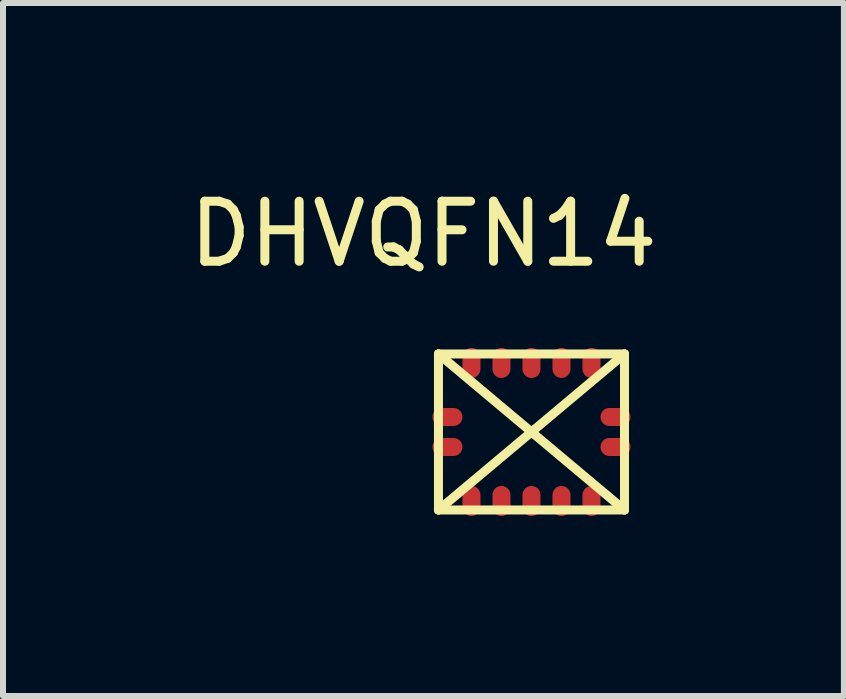
<source format=kicad_pcb>
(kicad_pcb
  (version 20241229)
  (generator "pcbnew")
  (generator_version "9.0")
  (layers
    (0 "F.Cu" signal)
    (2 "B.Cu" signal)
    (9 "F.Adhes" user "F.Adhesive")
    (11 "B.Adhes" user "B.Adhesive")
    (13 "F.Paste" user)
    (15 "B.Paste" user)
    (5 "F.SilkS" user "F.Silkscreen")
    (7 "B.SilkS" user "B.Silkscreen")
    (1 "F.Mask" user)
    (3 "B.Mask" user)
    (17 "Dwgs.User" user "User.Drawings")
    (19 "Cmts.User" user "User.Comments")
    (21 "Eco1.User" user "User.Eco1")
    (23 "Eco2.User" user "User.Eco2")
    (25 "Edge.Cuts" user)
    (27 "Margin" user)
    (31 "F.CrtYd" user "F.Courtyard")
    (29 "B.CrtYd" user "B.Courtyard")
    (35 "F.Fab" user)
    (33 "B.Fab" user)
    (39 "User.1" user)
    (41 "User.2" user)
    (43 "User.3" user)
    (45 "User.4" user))
  (footprint "DHVQFN14"
    (layer "F.Cu")
    (at 5.806 4.148)
    (property "Reference" "DHVQFN14" (at -1.8 -3.3 0) (layer "F.SilkS") (effects (font (size 1 1) (thickness 0.15))))
    (attr through_hole)
    (fp_line (start -1.55 -1.3) (end 1.55 -1.3) (stroke (width 0.15) (type solid)) (layer "F.SilkS"))
    (fp_line (start -1.55 -1.3) (end 1.55 1.3) (stroke (width 0.15) (type solid)) (layer "F.SilkS"))
    (fp_line (start -1.55 1.3) (end -1.55 -1.3) (stroke (width 0.15) (type solid)) (layer "F.SilkS"))
    (fp_line (start -1.55 1.3) (end 1.55 -1.3) (stroke (width 0.15) (type solid)) (layer "F.SilkS"))
    (fp_line (start 1.55 -1.3) (end 1.55 1.3) (stroke (width 0.15) (type solid)) (layer "F.SilkS"))
    (fp_line (start 1.55 1.3) (end -1.55 1.3) (stroke (width 0.15) (type solid)) (layer "F.SilkS"))
    (pad "1" smd oval (at -1.4 0.25 90) (size 0.3 0.5) (layers "F.Cu" "F.Mask" "F.Paste"))
    (pad "2" smd oval (at -1 1.15) (size 0.3 0.5) (layers "F.Cu" "F.Mask" "F.Paste"))
    (pad "3" smd oval (at -0.5 1.15) (size 0.3 0.5) (layers "F.Cu" "F.Mask" "F.Paste"))
    (pad "4" smd oval (at 0 1.15) (size 0.3 0.5) (layers "F.Cu" "F.Mask" "F.Paste"))
    (pad "5" smd oval (at 0.5 1.15) (size 0.3 0.5) (layers "F.Cu" "F.Mask" "F.Paste"))
    (pad "6" smd oval (at 1 1.15) (size 0.3 0.5) (layers "F.Cu" "F.Mask" "F.Paste"))
    (pad "7" smd oval (at 1.4 0.25 90) (size 0.3 0.5) (layers "F.Cu" "F.Mask" "F.Paste"))
    (pad "8" smd oval (at 1.4 -0.25 90) (size 0.3 0.5) (layers "F.Cu" "F.Mask" "F.Paste"))
    (pad "9" smd oval (at 1 -1.15) (size 0.3 0.5) (layers "F.Cu" "F.Mask" "F.Paste"))
    (pad "10" smd oval (at 0.5 -1.15) (size 0.3 0.5) (layers "F.Cu" "F.Mask" "F.Paste"))
    (pad "11" smd oval (at 0 -1.15) (size 0.3 0.5) (layers "F.Cu" "F.Mask" "F.Paste"))
    (pad "12" smd oval (at -0.5 -1.15) (size 0.3 0.5) (layers "F.Cu" "F.Mask" "F.Paste"))
    (pad "13" smd oval (at -1 -1.15) (size 0.3 0.5) (layers "F.Cu" "F.Mask" "F.Paste"))
    (pad "14" smd oval (at -1.4 -0.25 90) (size 0.3 0.5) (layers "F.Cu" "F.Mask" "F.Paste")))
  (gr_rect
    (start -3 -3)
    (end 11.012 8.548)
    (stroke (width 0.1) (type default))
    (fill no)
    (layer "Edge.Cuts")))
</source>
